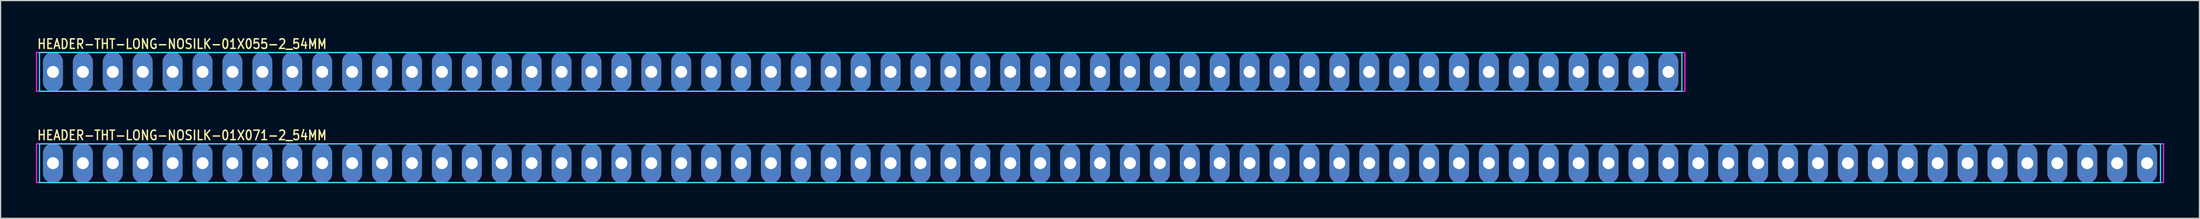
<source format=kicad_pcb>
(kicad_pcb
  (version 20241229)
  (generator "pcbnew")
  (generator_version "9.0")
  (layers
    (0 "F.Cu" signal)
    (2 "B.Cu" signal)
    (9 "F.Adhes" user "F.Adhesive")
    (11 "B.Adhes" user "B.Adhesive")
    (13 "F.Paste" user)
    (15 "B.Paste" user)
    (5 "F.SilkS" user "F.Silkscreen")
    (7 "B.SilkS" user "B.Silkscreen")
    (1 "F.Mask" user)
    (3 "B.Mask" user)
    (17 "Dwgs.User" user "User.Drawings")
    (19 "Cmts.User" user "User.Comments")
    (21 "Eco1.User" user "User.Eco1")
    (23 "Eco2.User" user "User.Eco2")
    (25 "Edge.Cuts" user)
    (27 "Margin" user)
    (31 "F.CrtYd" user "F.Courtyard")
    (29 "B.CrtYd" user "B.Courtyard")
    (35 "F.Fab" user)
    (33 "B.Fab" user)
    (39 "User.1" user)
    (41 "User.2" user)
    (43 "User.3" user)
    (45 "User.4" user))
  (footprint "HEADER-THT-LONG-NOSILK-01X071-2_54MM"
    (layer "F.Cu")
    (at 1.447 10.858)
    (property "Reference" "HEADER-THT-LONG-NOSILK-01X071-2_54MM" (at -1.4 -1.9 0) (unlocked yes) (layer "F.SilkS") (effects (font (size 0.813 0.695) (thickness 0.122)) (justify left bottom)))
    (fp_poly (pts (xy -1.143 -1.651) (xy 178.943 -1.651) (xy 178.943 1.651) (xy -1.143 1.651)) (stroke (width 0.1) (type solid)) (fill no) (layer "B.CrtYd"))
    (fp_poly (pts (xy -1.397 -1.651) (xy 179.197 -1.651) (xy 179.197 1.651) (xy -1.397 1.651)) (stroke (width 0.1) (type solid)) (fill no) (layer "F.CrtYd"))
    (pad "P$1" thru_hole oval (at 0 0 90) (size 3.387 1.693) (drill 1.016) (layers "*.Cu" "*.Mask"))
    (pad "P$2" thru_hole oval (at 2.54 0 90) (size 3.387 1.693) (drill 1.016) (layers "*.Cu" "*.Mask"))
    (pad "P$3" thru_hole oval (at 5.08 0 90) (size 3.387 1.693) (drill 1.016) (layers "*.Cu" "*.Mask"))
    (pad "P$4" thru_hole oval (at 7.62 0 90) (size 3.387 1.693) (drill 1.016) (layers "*.Cu" "*.Mask"))
    (pad "P$5" thru_hole oval (at 10.16 0 90) (size 3.387 1.693) (drill 1.016) (layers "*.Cu" "*.Mask"))
    (pad "P$6" thru_hole oval (at 12.7 0 90) (size 3.387 1.693) (drill 1.016) (layers "*.Cu" "*.Mask"))
    (pad "P$7" thru_hole oval (at 15.24 0 90) (size 3.387 1.693) (drill 1.016) (layers "*.Cu" "*.Mask"))
    (pad "P$8" thru_hole oval (at 17.78 0 90) (size 3.387 1.693) (drill 1.016) (layers "*.Cu" "*.Mask"))
    (pad "P$9" thru_hole oval (at 20.32 0 90) (size 3.387 1.693) (drill 1.016) (layers "*.Cu" "*.Mask"))
    (pad "P$10" thru_hole oval (at 22.86 0 90) (size 3.387 1.693) (drill 1.016) (layers "*.Cu" "*.Mask"))
    (pad "P$11" thru_hole oval (at 25.4 0 90) (size 3.387 1.693) (drill 1.016) (layers "*.Cu" "*.Mask"))
    (pad "P$12" thru_hole oval (at 27.94 0 90) (size 3.387 1.693) (drill 1.016) (layers "*.Cu" "*.Mask"))
    (pad "P$13" thru_hole oval (at 30.48 0 90) (size 3.387 1.693) (drill 1.016) (layers "*.Cu" "*.Mask"))
    (pad "P$14" thru_hole oval (at 33.02 0 90) (size 3.387 1.693) (drill 1.016) (layers "*.Cu" "*.Mask"))
    (pad "P$15" thru_hole oval (at 35.56 0 90) (size 3.387 1.693) (drill 1.016) (layers "*.Cu" "*.Mask"))
    (pad "P$16" thru_hole oval (at 38.1 0 90) (size 3.387 1.693) (drill 1.016) (layers "*.Cu" "*.Mask"))
    (pad "P$17" thru_hole oval (at 40.64 0 90) (size 3.387 1.693) (drill 1.016) (layers "*.Cu" "*.Mask"))
    (pad "P$18" thru_hole oval (at 43.18 0 90) (size 3.387 1.693) (drill 1.016) (layers "*.Cu" "*.Mask"))
    (pad "P$19" thru_hole oval (at 45.72 0 90) (size 3.387 1.693) (drill 1.016) (layers "*.Cu" "*.Mask"))
    (pad "P$20" thru_hole oval (at 48.26 0 90) (size 3.387 1.693) (drill 1.016) (layers "*.Cu" "*.Mask"))
    (pad "P$21" thru_hole oval (at 50.8 0 90) (size 3.387 1.693) (drill 1.016) (layers "*.Cu" "*.Mask"))
    (pad "P$22" thru_hole oval (at 53.34 0 90) (size 3.387 1.693) (drill 1.016) (layers "*.Cu" "*.Mask"))
    (pad "P$23" thru_hole oval (at 55.88 0 90) (size 3.387 1.693) (drill 1.016) (layers "*.Cu" "*.Mask"))
    (pad "P$24" thru_hole oval (at 58.42 0 90) (size 3.387 1.693) (drill 1.016) (layers "*.Cu" "*.Mask"))
    (pad "P$25" thru_hole oval (at 60.96 0 90) (size 3.387 1.693) (drill 1.016) (layers "*.Cu" "*.Mask"))
    (pad "P$26" thru_hole oval (at 63.5 0 90) (size 3.387 1.693) (drill 1.016) (layers "*.Cu" "*.Mask"))
    (pad "P$27" thru_hole oval (at 66.04 0 90) (size 3.387 1.693) (drill 1.016) (layers "*.Cu" "*.Mask"))
    (pad "P$28" thru_hole oval (at 68.58 0 90) (size 3.387 1.693) (drill 1.016) (layers "*.Cu" "*.Mask"))
    (pad "P$29" thru_hole oval (at 71.12 0 90) (size 3.387 1.693) (drill 1.016) (layers "*.Cu" "*.Mask"))
    (pad "P$30" thru_hole oval (at 73.66 0 90) (size 3.387 1.693) (drill 1.016) (layers "*.Cu" "*.Mask"))
    (pad "P$31" thru_hole oval (at 76.2 0 90) (size 3.387 1.693) (drill 1.016) (layers "*.Cu" "*.Mask"))
    (pad "P$32" thru_hole oval (at 78.74 0 90) (size 3.387 1.693) (drill 1.016) (layers "*.Cu" "*.Mask"))
    (pad "P$33" thru_hole oval (at 81.28 0 90) (size 3.387 1.693) (drill 1.016) (layers "*.Cu" "*.Mask"))
    (pad "P$34" thru_hole oval (at 83.82 0 90) (size 3.387 1.693) (drill 1.016) (layers "*.Cu" "*.Mask"))
    (pad "P$35" thru_hole oval (at 86.36 0 90) (size 3.387 1.693) (drill 1.016) (layers "*.Cu" "*.Mask"))
    (pad "P$36" thru_hole oval (at 88.9 0 90) (size 3.387 1.693) (drill 1.016) (layers "*.Cu" "*.Mask"))
    (pad "P$37" thru_hole oval (at 91.44 0 90) (size 3.387 1.693) (drill 1.016) (layers "*.Cu" "*.Mask"))
    (pad "P$38" thru_hole oval (at 93.98 0 90) (size 3.387 1.693) (drill 1.016) (layers "*.Cu" "*.Mask"))
    (pad "P$39" thru_hole oval (at 96.52 0 90) (size 3.387 1.693) (drill 1.016) (layers "*.Cu" "*.Mask"))
    (pad "P$40" thru_hole oval (at 99.06 0 90) (size 3.387 1.693) (drill 1.016) (layers "*.Cu" "*.Mask"))
    (pad "P$41" thru_hole oval (at 101.6 0 90) (size 3.387 1.693) (drill 1.016) (layers "*.Cu" "*.Mask"))
    (pad "P$42" thru_hole oval (at 104.14 0 90) (size 3.387 1.693) (drill 1.016) (layers "*.Cu" "*.Mask"))
    (pad "P$43" thru_hole oval (at 106.68 0 90) (size 3.387 1.693) (drill 1.016) (layers "*.Cu" "*.Mask"))
    (pad "P$44" thru_hole oval (at 109.22 0 90) (size 3.387 1.693) (drill 1.016) (layers "*.Cu" "*.Mask"))
    (pad "P$45" thru_hole oval (at 111.76 0 90) (size 3.387 1.693) (drill 1.016) (layers "*.Cu" "*.Mask"))
    (pad "P$46" thru_hole oval (at 114.3 0 90) (size 3.387 1.693) (drill 1.016) (layers "*.Cu" "*.Mask"))
    (pad "P$47" thru_hole oval (at 116.84 0 90) (size 3.387 1.693) (drill 1.016) (layers "*.Cu" "*.Mask"))
    (pad "P$48" thru_hole oval (at 119.38 0 90) (size 3.387 1.693) (drill 1.016) (layers "*.Cu" "*.Mask"))
    (pad "P$49" thru_hole oval (at 121.92 0 90) (size 3.387 1.693) (drill 1.016) (layers "*.Cu" "*.Mask"))
    (pad "P$50" thru_hole oval (at 124.46 0 90) (size 3.387 1.693) (drill 1.016) (layers "*.Cu" "*.Mask"))
    (pad "P$51" thru_hole oval (at 127 0 90) (size 3.387 1.693) (drill 1.016) (layers "*.Cu" "*.Mask"))
    (pad "P$52" thru_hole oval (at 129.54 0 90) (size 3.387 1.693) (drill 1.016) (layers "*.Cu" "*.Mask"))
    (pad "P$53" thru_hole oval (at 132.08 0 90) (size 3.387 1.693) (drill 1.016) (layers "*.Cu" "*.Mask"))
    (pad "P$54" thru_hole oval (at 134.62 0 90) (size 3.387 1.693) (drill 1.016) (layers "*.Cu" "*.Mask"))
    (pad "P$55" thru_hole oval (at 137.16 0 90) (size 3.387 1.693) (drill 1.016) (layers "*.Cu" "*.Mask"))
    (pad "P$56" thru_hole oval (at 139.7 0 90) (size 3.387 1.693) (drill 1.016) (layers "*.Cu" "*.Mask"))
    (pad "P$57" thru_hole oval (at 142.24 0 90) (size 3.387 1.693) (drill 1.016) (layers "*.Cu" "*.Mask"))
    (pad "P$58" thru_hole oval (at 144.78 0 90) (size 3.387 1.693) (drill 1.016) (layers "*.Cu" "*.Mask"))
    (pad "P$59" thru_hole oval (at 147.32 0 90) (size 3.387 1.693) (drill 1.016) (layers "*.Cu" "*.Mask"))
    (pad "P$60" thru_hole oval (at 149.86 0 90) (size 3.387 1.693) (drill 1.016) (layers "*.Cu" "*.Mask"))
    (pad "P$61" thru_hole oval (at 152.4 0 90) (size 3.387 1.693) (drill 1.016) (layers "*.Cu" "*.Mask"))
    (pad "P$62" thru_hole oval (at 154.94 0 90) (size 3.387 1.693) (drill 1.016) (layers "*.Cu" "*.Mask"))
    (pad "P$63" thru_hole oval (at 157.48 0 90) (size 3.387 1.693) (drill 1.016) (layers "*.Cu" "*.Mask"))
    (pad "P$64" thru_hole oval (at 160.02 0 90) (size 3.387 1.693) (drill 1.016) (layers "*.Cu" "*.Mask"))
    (pad "P$65" thru_hole oval (at 162.56 0 90) (size 3.387 1.693) (drill 1.016) (layers "*.Cu" "*.Mask"))
    (pad "P$66" thru_hole oval (at 165.1 0 90) (size 3.387 1.693) (drill 1.016) (layers "*.Cu" "*.Mask"))
    (pad "P$67" thru_hole oval (at 167.64 0 90) (size 3.387 1.693) (drill 1.016) (layers "*.Cu" "*.Mask"))
    (pad "P$68" thru_hole oval (at 170.18 0 90) (size 3.387 1.693) (drill 1.016) (layers "*.Cu" "*.Mask"))
    (pad "P$69" thru_hole oval (at 172.72 0 90) (size 3.387 1.693) (drill 1.016) (layers "*.Cu" "*.Mask"))
    (pad "P$70" thru_hole oval (at 175.26 0 90) (size 3.387 1.693) (drill 1.016) (layers "*.Cu" "*.Mask"))
    (pad "P$71" thru_hole oval (at 177.8 0 90) (size 3.387 1.693) (drill 1.016) (layers "*.Cu" "*.Mask")))
  (footprint "HEADER-THT-LONG-NOSILK-01X055-2_54MM"
    (layer "F.Cu")
    (at 1.447 3.079)
    (property "Reference" "HEADER-THT-LONG-NOSILK-01X055-2_54MM" (at -1.4 -1.9 0) (unlocked yes) (layer "F.SilkS") (effects (font (size 0.813 0.695) (thickness 0.122)) (justify left bottom)))
    (fp_poly (pts (xy -1.143 -1.651) (xy 138.303 -1.651) (xy 138.303 1.651) (xy -1.143 1.651)) (stroke (width 0.1) (type solid)) (fill no) (layer "B.CrtYd"))
    (fp_poly (pts (xy -1.397 -1.651) (xy 138.557 -1.651) (xy 138.557 1.651) (xy -1.397 1.651)) (stroke (width 0.1) (type solid)) (fill no) (layer "F.CrtYd"))
    (pad "P$1" thru_hole oval (at 0 0 90) (size 3.387 1.693) (drill 1.016) (layers "*.Cu" "*.Mask"))
    (pad "P$2" thru_hole oval (at 2.54 0 90) (size 3.387 1.693) (drill 1.016) (layers "*.Cu" "*.Mask"))
    (pad "P$3" thru_hole oval (at 5.08 0 90) (size 3.387 1.693) (drill 1.016) (layers "*.Cu" "*.Mask"))
    (pad "P$4" thru_hole oval (at 7.62 0 90) (size 3.387 1.693) (drill 1.016) (layers "*.Cu" "*.Mask"))
    (pad "P$5" thru_hole oval (at 10.16 0 90) (size 3.387 1.693) (drill 1.016) (layers "*.Cu" "*.Mask"))
    (pad "P$6" thru_hole oval (at 12.7 0 90) (size 3.387 1.693) (drill 1.016) (layers "*.Cu" "*.Mask"))
    (pad "P$7" thru_hole oval (at 15.24 0 90) (size 3.387 1.693) (drill 1.016) (layers "*.Cu" "*.Mask"))
    (pad "P$8" thru_hole oval (at 17.78 0 90) (size 3.387 1.693) (drill 1.016) (layers "*.Cu" "*.Mask"))
    (pad "P$9" thru_hole oval (at 20.32 0 90) (size 3.387 1.693) (drill 1.016) (layers "*.Cu" "*.Mask"))
    (pad "P$10" thru_hole oval (at 22.86 0 90) (size 3.387 1.693) (drill 1.016) (layers "*.Cu" "*.Mask"))
    (pad "P$11" thru_hole oval (at 25.4 0 90) (size 3.387 1.693) (drill 1.016) (layers "*.Cu" "*.Mask"))
    (pad "P$12" thru_hole oval (at 27.94 0 90) (size 3.387 1.693) (drill 1.016) (layers "*.Cu" "*.Mask"))
    (pad "P$13" thru_hole oval (at 30.48 0 90) (size 3.387 1.693) (drill 1.016) (layers "*.Cu" "*.Mask"))
    (pad "P$14" thru_hole oval (at 33.02 0 90) (size 3.387 1.693) (drill 1.016) (layers "*.Cu" "*.Mask"))
    (pad "P$15" thru_hole oval (at 35.56 0 90) (size 3.387 1.693) (drill 1.016) (layers "*.Cu" "*.Mask"))
    (pad "P$16" thru_hole oval (at 38.1 0 90) (size 3.387 1.693) (drill 1.016) (layers "*.Cu" "*.Mask"))
    (pad "P$17" thru_hole oval (at 40.64 0 90) (size 3.387 1.693) (drill 1.016) (layers "*.Cu" "*.Mask"))
    (pad "P$18" thru_hole oval (at 43.18 0 90) (size 3.387 1.693) (drill 1.016) (layers "*.Cu" "*.Mask"))
    (pad "P$19" thru_hole oval (at 45.72 0 90) (size 3.387 1.693) (drill 1.016) (layers "*.Cu" "*.Mask"))
    (pad "P$20" thru_hole oval (at 48.26 0 90) (size 3.387 1.693) (drill 1.016) (layers "*.Cu" "*.Mask"))
    (pad "P$21" thru_hole oval (at 50.8 0 90) (size 3.387 1.693) (drill 1.016) (layers "*.Cu" "*.Mask"))
    (pad "P$22" thru_hole oval (at 53.34 0 90) (size 3.387 1.693) (drill 1.016) (layers "*.Cu" "*.Mask"))
    (pad "P$23" thru_hole oval (at 55.88 0 90) (size 3.387 1.693) (drill 1.016) (layers "*.Cu" "*.Mask"))
    (pad "P$24" thru_hole oval (at 58.42 0 90) (size 3.387 1.693) (drill 1.016) (layers "*.Cu" "*.Mask"))
    (pad "P$25" thru_hole oval (at 60.96 0 90) (size 3.387 1.693) (drill 1.016) (layers "*.Cu" "*.Mask"))
    (pad "P$26" thru_hole oval (at 63.5 0 90) (size 3.387 1.693) (drill 1.016) (layers "*.Cu" "*.Mask"))
    (pad "P$27" thru_hole oval (at 66.04 0 90) (size 3.387 1.693) (drill 1.016) (layers "*.Cu" "*.Mask"))
    (pad "P$28" thru_hole oval (at 68.58 0 90) (size 3.387 1.693) (drill 1.016) (layers "*.Cu" "*.Mask"))
    (pad "P$29" thru_hole oval (at 71.12 0 90) (size 3.387 1.693) (drill 1.016) (layers "*.Cu" "*.Mask"))
    (pad "P$30" thru_hole oval (at 73.66 0 90) (size 3.387 1.693) (drill 1.016) (layers "*.Cu" "*.Mask"))
    (pad "P$31" thru_hole oval (at 76.2 0 90) (size 3.387 1.693) (drill 1.016) (layers "*.Cu" "*.Mask"))
    (pad "P$32" thru_hole oval (at 78.74 0 90) (size 3.387 1.693) (drill 1.016) (layers "*.Cu" "*.Mask"))
    (pad "P$33" thru_hole oval (at 81.28 0 90) (size 3.387 1.693) (drill 1.016) (layers "*.Cu" "*.Mask"))
    (pad "P$34" thru_hole oval (at 83.82 0 90) (size 3.387 1.693) (drill 1.016) (layers "*.Cu" "*.Mask"))
    (pad "P$35" thru_hole oval (at 86.36 0 90) (size 3.387 1.693) (drill 1.016) (layers "*.Cu" "*.Mask"))
    (pad "P$36" thru_hole oval (at 88.9 0 90) (size 3.387 1.693) (drill 1.016) (layers "*.Cu" "*.Mask"))
    (pad "P$37" thru_hole oval (at 91.44 0 90) (size 3.387 1.693) (drill 1.016) (layers "*.Cu" "*.Mask"))
    (pad "P$38" thru_hole oval (at 93.98 0 90) (size 3.387 1.693) (drill 1.016) (layers "*.Cu" "*.Mask"))
    (pad "P$39" thru_hole oval (at 96.52 0 90) (size 3.387 1.693) (drill 1.016) (layers "*.Cu" "*.Mask"))
    (pad "P$40" thru_hole oval (at 99.06 0 90) (size 3.387 1.693) (drill 1.016) (layers "*.Cu" "*.Mask"))
    (pad "P$41" thru_hole oval (at 101.6 0 90) (size 3.387 1.693) (drill 1.016) (layers "*.Cu" "*.Mask"))
    (pad "P$42" thru_hole oval (at 104.14 0 90) (size 3.387 1.693) (drill 1.016) (layers "*.Cu" "*.Mask"))
    (pad "P$43" thru_hole oval (at 106.68 0 90) (size 3.387 1.693) (drill 1.016) (layers "*.Cu" "*.Mask"))
    (pad "P$44" thru_hole oval (at 109.22 0 90) (size 3.387 1.693) (drill 1.016) (layers "*.Cu" "*.Mask"))
    (pad "P$45" thru_hole oval (at 111.76 0 90) (size 3.387 1.693) (drill 1.016) (layers "*.Cu" "*.Mask"))
    (pad "P$46" thru_hole oval (at 114.3 0 90) (size 3.387 1.693) (drill 1.016) (layers "*.Cu" "*.Mask"))
    (pad "P$47" thru_hole oval (at 116.84 0 90) (size 3.387 1.693) (drill 1.016) (layers "*.Cu" "*.Mask"))
    (pad "P$48" thru_hole oval (at 119.38 0 90) (size 3.387 1.693) (drill 1.016) (layers "*.Cu" "*.Mask"))
    (pad "P$49" thru_hole oval (at 121.92 0 90) (size 3.387 1.693) (drill 1.016) (layers "*.Cu" "*.Mask"))
    (pad "P$50" thru_hole oval (at 124.46 0 90) (size 3.387 1.693) (drill 1.016) (layers "*.Cu" "*.Mask"))
    (pad "P$51" thru_hole oval (at 127 0 90) (size 3.387 1.693) (drill 1.016) (layers "*.Cu" "*.Mask"))
    (pad "P$52" thru_hole oval (at 129.54 0 90) (size 3.387 1.693) (drill 1.016) (layers "*.Cu" "*.Mask"))
    (pad "P$53" thru_hole oval (at 132.08 0 90) (size 3.387 1.693) (drill 1.016) (layers "*.Cu" "*.Mask"))
    (pad "P$54" thru_hole oval (at 134.62 0 90) (size 3.387 1.693) (drill 1.016) (layers "*.Cu" "*.Mask"))
    (pad "P$55" thru_hole oval (at 137.16 0 90) (size 3.387 1.693) (drill 1.016) (layers "*.Cu" "*.Mask")))
  (gr_rect
    (start -3 -3)
    (end 183.694 15.559)
    (stroke (width 0.1) (type default))
    (fill no)
    (layer "Edge.Cuts")))
</source>
